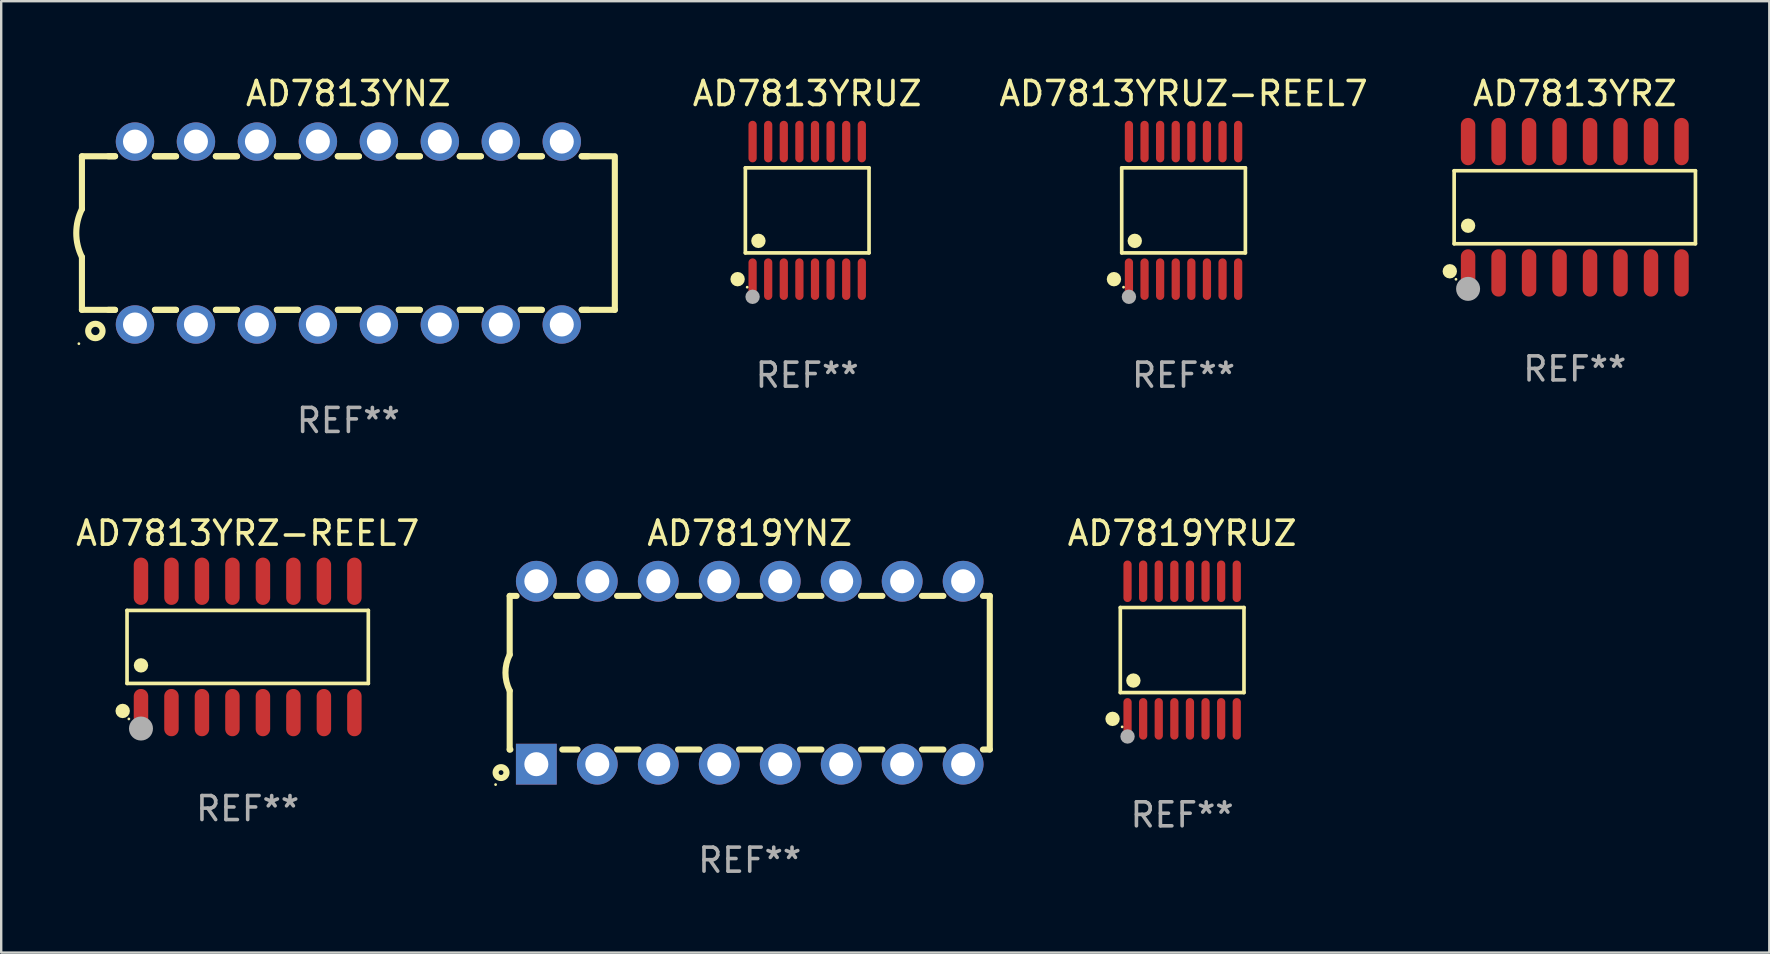
<source format=kicad_pcb>
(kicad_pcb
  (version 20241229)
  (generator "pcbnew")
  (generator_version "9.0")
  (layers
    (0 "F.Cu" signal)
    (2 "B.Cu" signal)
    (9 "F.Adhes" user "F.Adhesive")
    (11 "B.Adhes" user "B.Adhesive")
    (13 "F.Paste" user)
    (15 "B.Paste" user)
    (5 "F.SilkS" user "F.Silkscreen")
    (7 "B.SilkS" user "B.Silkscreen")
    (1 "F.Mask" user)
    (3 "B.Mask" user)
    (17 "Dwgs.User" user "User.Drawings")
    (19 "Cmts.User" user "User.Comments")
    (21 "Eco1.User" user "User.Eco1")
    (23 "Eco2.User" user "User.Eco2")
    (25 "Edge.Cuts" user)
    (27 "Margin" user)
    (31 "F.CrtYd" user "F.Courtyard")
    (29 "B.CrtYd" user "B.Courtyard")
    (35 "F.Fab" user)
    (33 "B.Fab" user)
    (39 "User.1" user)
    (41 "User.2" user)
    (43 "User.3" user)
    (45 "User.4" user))
  (footprint "AD7819YNZ"
    (layer "F.Cu")
    (at 28.183 24.975)
    (property "Reference" "AD7819YNZ" (at 0 -5.81 0) (layer "F.SilkS") (effects (font (size 1 1) (thickness 0.15))))
    (attr through_hole)
    (fp_line (start -10 -3.2) (end -10 -0.75) (stroke (width 0.254) (type solid)) (layer "F.SilkS"))
    (fp_line (start -10 -3.2) (end -9.713 -3.2) (stroke (width 0.254) (type solid)) (layer "F.SilkS"))
    (fp_line (start -10 3.2) (end -10 0.75) (stroke (width 0.254) (type solid)) (layer "F.SilkS"))
    (fp_line (start -10 3.2) (end -9.971 3.2) (stroke (width 0.254) (type solid)) (layer "F.SilkS"))
    (fp_line (start -8.067 -3.2) (end -7.173 -3.2) (stroke (width 0.254) (type solid)) (layer "F.SilkS"))
    (fp_line (start -7.809 3.2) (end -7.173 3.2) (stroke (width 0.254) (type solid)) (layer "F.SilkS"))
    (fp_line (start -5.527 3.2) (end -4.633 3.2) (stroke (width 0.254) (type solid)) (layer "F.SilkS"))
    (fp_line (start -5.527 -3.2) (end -4.633 -3.2) (stroke (width 0.254) (type solid)) (layer "F.SilkS"))
    (fp_line (start -2.987 3.2) (end -2.093 3.2) (stroke (width 0.254) (type solid)) (layer "F.SilkS"))
    (fp_line (start -2.987 -3.2) (end -2.093 -3.2) (stroke (width 0.254) (type solid)) (layer "F.SilkS"))
    (fp_line (start -0.447 3.2) (end 0.447 3.2) (stroke (width 0.254) (type solid)) (layer "F.SilkS"))
    (fp_line (start -0.447 -3.2) (end 0.447 -3.2) (stroke (width 0.254) (type solid)) (layer "F.SilkS"))
    (fp_line (start 2.093 3.2) (end 2.987 3.2) (stroke (width 0.254) (type solid)) (layer "F.SilkS"))
    (fp_line (start 2.093 -3.2) (end 2.987 -3.2) (stroke (width 0.254) (type solid)) (layer "F.SilkS"))
    (fp_line (start 4.633 3.2) (end 5.527 3.2) (stroke (width 0.254) (type solid)) (layer "F.SilkS"))
    (fp_line (start 4.633 -3.2) (end 5.527 -3.2) (stroke (width 0.254) (type solid)) (layer "F.SilkS"))
    (fp_line (start 7.173 3.2) (end 8.067 3.2) (stroke (width 0.254) (type solid)) (layer "F.SilkS"))
    (fp_line (start 7.173 -3.2) (end 8.067 -3.2) (stroke (width 0.254) (type solid)) (layer "F.SilkS"))
    (fp_line (start 9.713 3.2) (end 10 3.2) (stroke (width 0.254) (type solid)) (layer "F.SilkS"))
    (fp_line (start 9.713 -3.2) (end 10 -3.2) (stroke (width 0.254) (type solid)) (layer "F.SilkS"))
    (fp_line (start 10 -3.2) (end 10 3.2) (stroke (width 0.254) (type solid)) (layer "F.SilkS"))
    (fp_arc (start -10 0.748793) (mid -10.176918 -0.000607) (end -10.000025 -0.750013) (stroke (width 0.254001) (type solid)) (layer "F.SilkS"))
    (fp_circle (center -10.587 4.66) (end -10.557 4.66) (stroke (width 0.06) (type solid)) (fill no) (layer "F.SilkS"))
    (fp_circle (center -10.36 4.16) (end -10.26 4.16) (stroke (width 0.254) (type solid)) (fill no) (layer "F.SilkS"))
    (fp_text user "REF**" (at 0 7.81 0) (layer "F.Fab") (effects (font (size 1 1) (thickness 0.15))))
    (pad "1" thru_hole rect (at -8.89 3.81 90) (size 1.7 1.7) (drill 1) (layers "*.Cu" "*.Mask"))
    (pad "2" thru_hole circle (at -6.35 3.81) (size 1.7 1.7) (drill 1) (layers "*.Cu" "*.Mask"))
    (pad "3" thru_hole circle (at -3.81 3.81) (size 1.7 1.7) (drill 1) (layers "*.Cu" "*.Mask"))
    (pad "4" thru_hole circle (at -1.27 3.81) (size 1.7 1.7) (drill 1) (layers "*.Cu" "*.Mask"))
    (pad "5" thru_hole circle (at 1.27 3.81) (size 1.7 1.7) (drill 1) (layers "*.Cu" "*.Mask"))
    (pad "6" thru_hole circle (at 3.81 3.81) (size 1.7 1.7) (drill 1) (layers "*.Cu" "*.Mask"))
    (pad "7" thru_hole circle (at 6.35 3.81) (size 1.7 1.7) (drill 1) (layers "*.Cu" "*.Mask"))
    (pad "8" thru_hole circle (at 8.89 3.81) (size 1.7 1.7) (drill 1) (layers "*.Cu" "*.Mask"))
    (pad "9" thru_hole circle (at 8.89 -3.81) (size 1.7 1.7) (drill 1) (layers "*.Cu" "*.Mask"))
    (pad "10" thru_hole circle (at 6.35 -3.81) (size 1.7 1.7) (drill 1) (layers "*.Cu" "*.Mask"))
    (pad "11" thru_hole circle (at 3.81 -3.81) (size 1.7 1.7) (drill 1) (layers "*.Cu" "*.Mask"))
    (pad "12" thru_hole circle (at 1.27 -3.81) (size 1.7 1.7) (drill 1) (layers "*.Cu" "*.Mask"))
    (pad "13" thru_hole circle (at -1.27 -3.81) (size 1.7 1.7) (drill 1) (layers "*.Cu" "*.Mask"))
    (pad "14" thru_hole circle (at -3.81 -3.81) (size 1.7 1.7) (drill 1) (layers "*.Cu" "*.Mask"))
    (pad "15" thru_hole circle (at -6.35 -3.81) (size 1.7 1.7) (drill 1) (layers "*.Cu" "*.Mask"))
    (pad "16" thru_hole circle (at -8.89 -3.81) (size 1.7 1.7) (drill 1) (layers "*.Cu" "*.Mask")))
  (footprint "AD7813YRUZ"
    (layer "F.Cu")
    (at 30.577 5.714)
    (property "Reference" "AD7813YRUZ" (at 0 -4.866 0) (layer "F.SilkS") (effects (font (size 1 1) (thickness 0.15))))
    (attr through_hole)
    (fp_line (start -2.576 -1.772) (end 2.576 -1.772) (stroke (width 0.152) (type solid)) (layer "F.SilkS"))
    (fp_line (start -2.576 1.771) (end -2.576 -1.772) (stroke (width 0.152) (type solid)) (layer "F.SilkS"))
    (fp_line (start 2.576 -1.772) (end 2.576 1.771) (stroke (width 0.152) (type solid)) (layer "F.SilkS"))
    (fp_line (start 2.576 1.771) (end -2.576 1.771) (stroke (width 0.152) (type solid)) (layer "F.SilkS"))
    (fp_circle (center -2.899 2.866) (end -2.749 2.866) (stroke (width 0.3) (type solid)) (fill no) (layer "F.SilkS"))
    (fp_circle (center -2.5 3.2) (end -2.47 3.2) (stroke (width 0.06) (type solid)) (fill no) (layer "F.SilkS"))
    (fp_circle (center -2.032 1.27) (end -1.882 1.27) (stroke (width 0.3) (type solid)) (fill no) (layer "F.SilkS"))
    (fp_circle (center -2.275 3.6) (end -2.125 3.6) (stroke (width 0.3) (type solid)) (fill no) (layer "F.Fab"))
    (fp_text user "REF**" (at 0 6.866 0) (layer "F.Fab") (effects (font (size 1 1) (thickness 0.15))))
    (pad "1" smd oval (at -2.275 2.866) (size 0.343 1.731) (layers "F.Cu" "F.Mask" "F.Paste"))
    (pad "2" smd oval (at -1.625 2.866) (size 0.343 1.731) (layers "F.Cu" "F.Mask" "F.Paste"))
    (pad "3" smd oval (at -0.975 2.866) (size 0.343 1.731) (layers "F.Cu" "F.Mask" "F.Paste"))
    (pad "4" smd oval (at -0.325 2.866) (size 0.343 1.731) (layers "F.Cu" "F.Mask" "F.Paste"))
    (pad "5" smd oval (at 0.325 2.866) (size 0.343 1.731) (layers "F.Cu" "F.Mask" "F.Paste"))
    (pad "6" smd oval (at 0.975 2.866) (size 0.343 1.731) (layers "F.Cu" "F.Mask" "F.Paste"))
    (pad "7" smd oval (at 1.625 2.866) (size 0.343 1.731) (layers "F.Cu" "F.Mask" "F.Paste"))
    (pad "8" smd oval (at 2.275 2.866) (size 0.343 1.731) (layers "F.Cu" "F.Mask" "F.Paste"))
    (pad "9" smd oval (at 2.275 -2.866) (size 0.343 1.731) (layers "F.Cu" "F.Mask" "F.Paste"))
    (pad "10" smd oval (at 1.625 -2.866) (size 0.343 1.731) (layers "F.Cu" "F.Mask" "F.Paste"))
    (pad "11" smd oval (at 0.975 -2.866) (size 0.343 1.731) (layers "F.Cu" "F.Mask" "F.Paste"))
    (pad "12" smd oval (at 0.325 -2.866) (size 0.343 1.731) (layers "F.Cu" "F.Mask" "F.Paste"))
    (pad "13" smd oval (at -0.325 -2.866) (size 0.343 1.731) (layers "F.Cu" "F.Mask" "F.Paste"))
    (pad "14" smd oval (at -0.975 -2.866) (size 0.343 1.731) (layers "F.Cu" "F.Mask" "F.Paste"))
    (pad "15" smd oval (at -1.625 -2.866) (size 0.343 1.731) (layers "F.Cu" "F.Mask" "F.Paste"))
    (pad "16" smd oval (at -2.275 -2.866) (size 0.343 1.731) (layers "F.Cu" "F.Mask" "F.Paste")))
  (footprint "AD7819YRUZ"
    (layer "F.Cu")
    (at 46.197 24.031)
    (property "Reference" "AD7819YRUZ" (at 0 -4.866 0) (layer "F.SilkS") (effects (font (size 1 1) (thickness 0.15))))
    (attr through_hole)
    (fp_line (start -2.576 -1.772) (end 2.576 -1.772) (stroke (width 0.152) (type solid)) (layer "F.SilkS"))
    (fp_line (start -2.576 1.771) (end -2.576 -1.772) (stroke (width 0.152) (type solid)) (layer "F.SilkS"))
    (fp_line (start 2.576 -1.772) (end 2.576 1.771) (stroke (width 0.152) (type solid)) (layer "F.SilkS"))
    (fp_line (start 2.576 1.771) (end -2.576 1.771) (stroke (width 0.152) (type solid)) (layer "F.SilkS"))
    (fp_circle (center -2.899 2.866) (end -2.749 2.866) (stroke (width 0.3) (type solid)) (fill no) (layer "F.SilkS"))
    (fp_circle (center -2.5 3.2) (end -2.47 3.2) (stroke (width 0.06) (type solid)) (fill no) (layer "F.SilkS"))
    (fp_circle (center -2.032 1.27) (end -1.882 1.27) (stroke (width 0.3) (type solid)) (fill no) (layer "F.SilkS"))
    (fp_circle (center -2.275 3.6) (end -2.125 3.6) (stroke (width 0.3) (type solid)) (fill no) (layer "F.Fab"))
    (fp_text user "REF**" (at 0 6.866 0) (layer "F.Fab") (effects (font (size 1 1) (thickness 0.15))))
    (pad "1" smd oval (at -2.275 2.866) (size 0.343 1.731) (layers "F.Cu" "F.Mask" "F.Paste"))
    (pad "2" smd oval (at -1.625 2.866) (size 0.343 1.731) (layers "F.Cu" "F.Mask" "F.Paste"))
    (pad "3" smd oval (at -0.975 2.866) (size 0.343 1.731) (layers "F.Cu" "F.Mask" "F.Paste"))
    (pad "4" smd oval (at -0.325 2.866) (size 0.343 1.731) (layers "F.Cu" "F.Mask" "F.Paste"))
    (pad "5" smd oval (at 0.325 2.866) (size 0.343 1.731) (layers "F.Cu" "F.Mask" "F.Paste"))
    (pad "6" smd oval (at 0.975 2.866) (size 0.343 1.731) (layers "F.Cu" "F.Mask" "F.Paste"))
    (pad "7" smd oval (at 1.625 2.866) (size 0.343 1.731) (layers "F.Cu" "F.Mask" "F.Paste"))
    (pad "8" smd oval (at 2.275 2.866) (size 0.343 1.731) (layers "F.Cu" "F.Mask" "F.Paste"))
    (pad "9" smd oval (at 2.275 -2.866) (size 0.343 1.731) (layers "F.Cu" "F.Mask" "F.Paste"))
    (pad "10" smd oval (at 1.625 -2.866) (size 0.343 1.731) (layers "F.Cu" "F.Mask" "F.Paste"))
    (pad "11" smd oval (at 0.975 -2.866) (size 0.343 1.731) (layers "F.Cu" "F.Mask" "F.Paste"))
    (pad "12" smd oval (at 0.325 -2.866) (size 0.343 1.731) (layers "F.Cu" "F.Mask" "F.Paste"))
    (pad "13" smd oval (at -0.325 -2.866) (size 0.343 1.731) (layers "F.Cu" "F.Mask" "F.Paste"))
    (pad "14" smd oval (at -0.975 -2.866) (size 0.343 1.731) (layers "F.Cu" "F.Mask" "F.Paste"))
    (pad "15" smd oval (at -1.625 -2.866) (size 0.343 1.731) (layers "F.Cu" "F.Mask" "F.Paste"))
    (pad "16" smd oval (at -2.275 -2.866) (size 0.343 1.731) (layers "F.Cu" "F.Mask" "F.Paste")))
  (footprint "AD7813YRZ"
    (layer "F.Cu")
    (at 62.554 5.584)
    (property "Reference" "AD7813YRZ" (at 0 -4.736 0) (layer "F.SilkS") (effects (font (size 1 1) (thickness 0.15))))
    (attr through_hole)
    (fp_line (start -5.026 -1.521) (end 5.026 -1.521) (stroke (width 0.152) (type solid)) (layer "F.SilkS"))
    (fp_line (start -5.026 1.521) (end -5.026 -1.521) (stroke (width 0.152) (type solid)) (layer "F.SilkS"))
    (fp_line (start 5.026 -1.521) (end 5.026 1.521) (stroke (width 0.152) (type solid)) (layer "F.SilkS"))
    (fp_line (start 5.026 1.521) (end -5.026 1.521) (stroke (width 0.152) (type solid)) (layer "F.SilkS"))
    (fp_circle (center -5.207 2.667) (end -5.057 2.667) (stroke (width 0.3) (type solid)) (fill no) (layer "F.SilkS"))
    (fp_circle (center -4.95 3) (end -4.92 3) (stroke (width 0.06) (type solid)) (fill no) (layer "F.SilkS"))
    (fp_circle (center -4.445 0.769) (end -4.295 0.769) (stroke (width 0.3) (type solid)) (fill no) (layer "F.SilkS"))
    (fp_circle (center -4.445 3.4) (end -4.195 3.4) (stroke (width 0.5) (type solid)) (fill no) (layer "F.Fab"))
    (fp_text user "REF**" (at 0 6.736 0) (layer "F.Fab") (effects (font (size 1 1) (thickness 0.15))))
    (pad "1" smd oval (at -4.445 2.736) (size 0.602 1.971) (layers "F.Cu" "F.Mask" "F.Paste"))
    (pad "2" smd oval (at -3.175 2.736) (size 0.602 1.971) (layers "F.Cu" "F.Mask" "F.Paste"))
    (pad "3" smd oval (at -1.905 2.736) (size 0.602 1.971) (layers "F.Cu" "F.Mask" "F.Paste"))
    (pad "4" smd oval (at -0.635 2.736) (size 0.602 1.971) (layers "F.Cu" "F.Mask" "F.Paste"))
    (pad "5" smd oval (at 0.635 2.736) (size 0.602 1.971) (layers "F.Cu" "F.Mask" "F.Paste"))
    (pad "6" smd oval (at 1.905 2.736) (size 0.602 1.971) (layers "F.Cu" "F.Mask" "F.Paste"))
    (pad "7" smd oval (at 3.175 2.736) (size 0.602 1.971) (layers "F.Cu" "F.Mask" "F.Paste"))
    (pad "8" smd oval (at 4.445 2.736) (size 0.602 1.971) (layers "F.Cu" "F.Mask" "F.Paste"))
    (pad "9" smd oval (at 4.445 -2.736) (size 0.602 1.971) (layers "F.Cu" "F.Mask" "F.Paste"))
    (pad "10" smd oval (at 3.175 -2.736) (size 0.602 1.971) (layers "F.Cu" "F.Mask" "F.Paste"))
    (pad "11" smd oval (at 1.905 -2.736) (size 0.602 1.971) (layers "F.Cu" "F.Mask" "F.Paste"))
    (pad "12" smd oval (at 0.635 -2.736) (size 0.602 1.971) (layers "F.Cu" "F.Mask" "F.Paste"))
    (pad "13" smd oval (at -0.635 -2.736) (size 0.602 1.971) (layers "F.Cu" "F.Mask" "F.Paste"))
    (pad "14" smd oval (at -1.905 -2.736) (size 0.602 1.971) (layers "F.Cu" "F.Mask" "F.Paste"))
    (pad "15" smd oval (at -3.175 -2.736) (size 0.602 1.971) (layers "F.Cu" "F.Mask" "F.Paste"))
    (pad "16" smd oval (at -4.445 -2.736) (size 0.602 1.971) (layers "F.Cu" "F.Mask" "F.Paste")))
  (footprint "AD7813YNZ"
    (layer "F.Cu")
    (at 11.463 6.658)
    (property "Reference" "AD7813YNZ" (at 0 -5.81 0) (layer "F.SilkS") (effects (font (size 1 1) (thickness 0.15))))
    (attr through_hole)
    (fp_line (start -11.1 -3.198) (end -9.719 -3.198) (stroke (width 0.254) (type solid)) (layer "F.SilkS"))
    (fp_line (start -11.1 -0.998) (end -11.1 -3.198) (stroke (width 0.254) (type solid)) (layer "F.SilkS"))
    (fp_line (start -11.1 3.2) (end -11.1 1) (stroke (width 0.254) (type solid)) (layer "F.SilkS"))
    (fp_line (start -11.1 3.2) (end -9.721 3.2) (stroke (width 0.254) (type solid)) (layer "F.SilkS"))
    (fp_line (start -10 -3.198) (end -9.719 -3.198) (stroke (width 0.254) (type solid)) (layer "F.SilkS"))
    (fp_line (start -10 3.2) (end -9.721 3.2) (stroke (width 0.254) (type solid)) (layer "F.SilkS"))
    (fp_line (start -8.061 -3.198) (end -7.179 -3.198) (stroke (width 0.254) (type solid)) (layer "F.SilkS"))
    (fp_line (start -8.061 -3.198) (end -7.179 -3.198) (stroke (width 0.254) (type solid)) (layer "F.SilkS"))
    (fp_line (start -8.059 3.2) (end -7.181 3.2) (stroke (width 0.254) (type solid)) (layer "F.SilkS"))
    (fp_line (start -8.059 3.2) (end -7.181 3.2) (stroke (width 0.254) (type solid)) (layer "F.SilkS"))
    (fp_line (start -5.521 -3.198) (end -4.639 -3.198) (stroke (width 0.254) (type solid)) (layer "F.SilkS"))
    (fp_line (start -5.521 -3.198) (end -4.639 -3.198) (stroke (width 0.254) (type solid)) (layer "F.SilkS"))
    (fp_line (start -5.519 3.2) (end -4.641 3.2) (stroke (width 0.254) (type solid)) (layer "F.SilkS"))
    (fp_line (start -5.519 3.2) (end -4.641 3.2) (stroke (width 0.254) (type solid)) (layer "F.SilkS"))
    (fp_line (start -2.981 -3.198) (end -2.099 -3.198) (stroke (width 0.254) (type solid)) (layer "F.SilkS"))
    (fp_line (start -2.981 -3.198) (end -2.099 -3.198) (stroke (width 0.254) (type solid)) (layer "F.SilkS"))
    (fp_line (start -2.979 3.2) (end -2.101 3.2) (stroke (width 0.254) (type solid)) (layer "F.SilkS"))
    (fp_line (start -2.979 3.2) (end -2.101 3.2) (stroke (width 0.254) (type solid)) (layer "F.SilkS"))
    (fp_line (start -0.441 -3.198) (end 0.441 -3.198) (stroke (width 0.254) (type solid)) (layer "F.SilkS"))
    (fp_line (start -0.441 -3.198) (end 0.441 -3.198) (stroke (width 0.254) (type solid)) (layer "F.SilkS"))
    (fp_line (start -0.439 3.2) (end 0.439 3.2) (stroke (width 0.254) (type solid)) (layer "F.SilkS"))
    (fp_line (start -0.439 3.2) (end 0.439 3.2) (stroke (width 0.254) (type solid)) (layer "F.SilkS"))
    (fp_line (start 2.099 -3.198) (end 2.981 -3.198) (stroke (width 0.254) (type solid)) (layer "F.SilkS"))
    (fp_line (start 2.099 -3.198) (end 2.981 -3.198) (stroke (width 0.254) (type solid)) (layer "F.SilkS"))
    (fp_line (start 2.101 3.2) (end 2.979 3.2) (stroke (width 0.254) (type solid)) (layer "F.SilkS"))
    (fp_line (start 2.101 3.2) (end 2.979 3.2) (stroke (width 0.254) (type solid)) (layer "F.SilkS"))
    (fp_line (start 4.639 -3.198) (end 5.521 -3.198) (stroke (width 0.254) (type solid)) (layer "F.SilkS"))
    (fp_line (start 4.639 -3.198) (end 5.521 -3.198) (stroke (width 0.254) (type solid)) (layer "F.SilkS"))
    (fp_line (start 4.641 3.2) (end 5.519 3.2) (stroke (width 0.254) (type solid)) (layer "F.SilkS"))
    (fp_line (start 4.641 3.2) (end 5.519 3.2) (stroke (width 0.254) (type solid)) (layer "F.SilkS"))
    (fp_line (start 7.179 -3.198) (end 8.061 -3.198) (stroke (width 0.254) (type solid)) (layer "F.SilkS"))
    (fp_line (start 7.179 -3.198) (end 8.061 -3.198) (stroke (width 0.254) (type solid)) (layer "F.SilkS"))
    (fp_line (start 7.181 3.2) (end 8.059 3.2) (stroke (width 0.254) (type solid)) (layer "F.SilkS"))
    (fp_line (start 7.181 3.2) (end 8.059 3.2) (stroke (width 0.254) (type solid)) (layer "F.SilkS"))
    (fp_line (start 9.719 -3.198) (end 10 -3.198) (stroke (width 0.254) (type solid)) (layer "F.SilkS"))
    (fp_line (start 9.719 -3.198) (end 11 -3.198) (stroke (width 0.254) (type solid)) (layer "F.SilkS"))
    (fp_line (start 9.721 3.2) (end 11.1 3.2) (stroke (width 0.254) (type solid)) (layer "F.SilkS"))
    (fp_line (start 9.721 3.2) (end 10 3.2) (stroke (width 0.254) (type solid)) (layer "F.SilkS"))
    (fp_line (start 11.1 3.2) (end 11.1 -3.2) (stroke (width 0.254) (type solid)) (layer "F.SilkS"))
    (fp_arc (start -11.099823 1.000762) (mid -11.335827 0.001303) (end -11.1 -0.998197) (stroke (width 0.254001) (type solid)) (layer "F.SilkS"))
    (fp_circle (center -11.227 4.61) (end -11.197 4.61) (stroke (width 0.06) (type solid)) (fill no) (layer "F.SilkS"))
    (fp_circle (center -10.54 4.08) (end -10.24 4.08) (stroke (width 0.254) (type solid)) (fill no) (layer "F.SilkS"))
    (fp_text user "REF**" (at 0 7.81 0) (layer "F.Fab") (effects (font (size 1 1) (thickness 0.15))))
    (pad "1" thru_hole circle (at -8.89 3.81) (size 1.6 1.6) (drill 1) (layers "*.Cu" "*.Mask"))
    (pad "2" thru_hole circle (at -6.35 3.81) (size 1.6 1.6) (drill 1) (layers "*.Cu" "*.Mask"))
    (pad "3" thru_hole circle (at -3.81 3.81) (size 1.6 1.6) (drill 1) (layers "*.Cu" "*.Mask"))
    (pad "4" thru_hole circle (at -1.27 3.81) (size 1.6 1.6) (drill 1) (layers "*.Cu" "*.Mask"))
    (pad "5" thru_hole circle (at 1.27 3.81) (size 1.6 1.6) (drill 1) (layers "*.Cu" "*.Mask"))
    (pad "6" thru_hole circle (at 3.81 3.81) (size 1.6 1.6) (drill 1) (layers "*.Cu" "*.Mask"))
    (pad "7" thru_hole circle (at 6.35 3.81) (size 1.6 1.6) (drill 1) (layers "*.Cu" "*.Mask"))
    (pad "8" thru_hole circle (at 8.89 3.81) (size 1.6 1.6) (drill 1) (layers "*.Cu" "*.Mask"))
    (pad "9" thru_hole circle (at 8.89 -3.81) (size 1.6 1.6) (drill 1) (layers "*.Cu" "*.Mask"))
    (pad "10" thru_hole circle (at 6.35 -3.81) (size 1.6 1.6) (drill 1) (layers "*.Cu" "*.Mask"))
    (pad "11" thru_hole circle (at 3.81 -3.81) (size 1.6 1.6) (drill 1) (layers "*.Cu" "*.Mask"))
    (pad "12" thru_hole circle (at 1.27 -3.81) (size 1.6 1.6) (drill 1) (layers "*.Cu" "*.Mask"))
    (pad "13" thru_hole circle (at -1.27 -3.81) (size 1.6 1.6) (drill 1) (layers "*.Cu" "*.Mask"))
    (pad "14" thru_hole circle (at -3.81 -3.81) (size 1.6 1.6) (drill 1) (layers "*.Cu" "*.Mask"))
    (pad "15" thru_hole circle (at -6.35 -3.81) (size 1.6 1.6) (drill 1) (layers "*.Cu" "*.Mask"))
    (pad "16" thru_hole circle (at -8.89 -3.81) (size 1.6 1.6) (drill 1) (layers "*.Cu" "*.Mask")))
  (footprint "AD7813YRZ-REEL7"
    (layer "F.Cu")
    (at 7.268 23.9)
    (property "Reference" "AD7813YRZ-REEL7" (at 0 -4.736 0) (layer "F.SilkS") (effects (font (size 1 1) (thickness 0.15))))
    (attr through_hole)
    (fp_line (start -5.026 -1.521) (end 5.026 -1.521) (stroke (width 0.152) (type solid)) (layer "F.SilkS"))
    (fp_line (start -5.026 1.521) (end -5.026 -1.521) (stroke (width 0.152) (type solid)) (layer "F.SilkS"))
    (fp_line (start 5.026 -1.521) (end 5.026 1.521) (stroke (width 0.152) (type solid)) (layer "F.SilkS"))
    (fp_line (start 5.026 1.521) (end -5.026 1.521) (stroke (width 0.152) (type solid)) (layer "F.SilkS"))
    (fp_circle (center -5.207 2.667) (end -5.057 2.667) (stroke (width 0.3) (type solid)) (fill no) (layer "F.SilkS"))
    (fp_circle (center -4.95 3) (end -4.92 3) (stroke (width 0.06) (type solid)) (fill no) (layer "F.SilkS"))
    (fp_circle (center -4.445 0.769) (end -4.295 0.769) (stroke (width 0.3) (type solid)) (fill no) (layer "F.SilkS"))
    (fp_circle (center -4.445 3.4) (end -4.195 3.4) (stroke (width 0.5) (type solid)) (fill no) (layer "F.Fab"))
    (fp_text user "REF**" (at 0 6.736 0) (layer "F.Fab") (effects (font (size 1 1) (thickness 0.15))))
    (pad "1" smd oval (at -4.445 2.736) (size 0.602 1.971) (layers "F.Cu" "F.Mask" "F.Paste"))
    (pad "2" smd oval (at -3.175 2.736) (size 0.602 1.971) (layers "F.Cu" "F.Mask" "F.Paste"))
    (pad "3" smd oval (at -1.905 2.736) (size 0.602 1.971) (layers "F.Cu" "F.Mask" "F.Paste"))
    (pad "4" smd oval (at -0.635 2.736) (size 0.602 1.971) (layers "F.Cu" "F.Mask" "F.Paste"))
    (pad "5" smd oval (at 0.635 2.736) (size 0.602 1.971) (layers "F.Cu" "F.Mask" "F.Paste"))
    (pad "6" smd oval (at 1.905 2.736) (size 0.602 1.971) (layers "F.Cu" "F.Mask" "F.Paste"))
    (pad "7" smd oval (at 3.175 2.736) (size 0.602 1.971) (layers "F.Cu" "F.Mask" "F.Paste"))
    (pad "8" smd oval (at 4.445 2.736) (size 0.602 1.971) (layers "F.Cu" "F.Mask" "F.Paste"))
    (pad "9" smd oval (at 4.445 -2.736) (size 0.602 1.971) (layers "F.Cu" "F.Mask" "F.Paste"))
    (pad "10" smd oval (at 3.175 -2.736) (size 0.602 1.971) (layers "F.Cu" "F.Mask" "F.Paste"))
    (pad "11" smd oval (at 1.905 -2.736) (size 0.602 1.971) (layers "F.Cu" "F.Mask" "F.Paste"))
    (pad "12" smd oval (at 0.635 -2.736) (size 0.602 1.971) (layers "F.Cu" "F.Mask" "F.Paste"))
    (pad "13" smd oval (at -0.635 -2.736) (size 0.602 1.971) (layers "F.Cu" "F.Mask" "F.Paste"))
    (pad "14" smd oval (at -1.905 -2.736) (size 0.602 1.971) (layers "F.Cu" "F.Mask" "F.Paste"))
    (pad "15" smd oval (at -3.175 -2.736) (size 0.602 1.971) (layers "F.Cu" "F.Mask" "F.Paste"))
    (pad "16" smd oval (at -4.445 -2.736) (size 0.602 1.971) (layers "F.Cu" "F.Mask" "F.Paste")))
  (footprint "AD7813YRUZ-REEL7"
    (layer "F.Cu")
    (at 46.255 5.714)
    (property "Reference" "AD7813YRUZ-REEL7" (at 0 -4.866 0) (layer "F.SilkS") (effects (font (size 1 1) (thickness 0.15))))
    (attr through_hole)
    (fp_line (start -2.576 -1.772) (end 2.576 -1.772) (stroke (width 0.152) (type solid)) (layer "F.SilkS"))
    (fp_line (start -2.576 1.771) (end -2.576 -1.772) (stroke (width 0.152) (type solid)) (layer "F.SilkS"))
    (fp_line (start 2.576 -1.772) (end 2.576 1.771) (stroke (width 0.152) (type solid)) (layer "F.SilkS"))
    (fp_line (start 2.576 1.771) (end -2.576 1.771) (stroke (width 0.152) (type solid)) (layer "F.SilkS"))
    (fp_circle (center -2.899 2.866) (end -2.749 2.866) (stroke (width 0.3) (type solid)) (fill no) (layer "F.SilkS"))
    (fp_circle (center -2.5 3.2) (end -2.47 3.2) (stroke (width 0.06) (type solid)) (fill no) (layer "F.SilkS"))
    (fp_circle (center -2.032 1.27) (end -1.882 1.27) (stroke (width 0.3) (type solid)) (fill no) (layer "F.SilkS"))
    (fp_circle (center -2.275 3.6) (end -2.125 3.6) (stroke (width 0.3) (type solid)) (fill no) (layer "F.Fab"))
    (fp_text user "REF**" (at 0 6.866 0) (layer "F.Fab") (effects (font (size 1 1) (thickness 0.15))))
    (pad "1" smd oval (at -2.275 2.866) (size 0.343 1.731) (layers "F.Cu" "F.Mask" "F.Paste"))
    (pad "2" smd oval (at -1.625 2.866) (size 0.343 1.731) (layers "F.Cu" "F.Mask" "F.Paste"))
    (pad "3" smd oval (at -0.975 2.866) (size 0.343 1.731) (layers "F.Cu" "F.Mask" "F.Paste"))
    (pad "4" smd oval (at -0.325 2.866) (size 0.343 1.731) (layers "F.Cu" "F.Mask" "F.Paste"))
    (pad "5" smd oval (at 0.325 2.866) (size 0.343 1.731) (layers "F.Cu" "F.Mask" "F.Paste"))
    (pad "6" smd oval (at 0.975 2.866) (size 0.343 1.731) (layers "F.Cu" "F.Mask" "F.Paste"))
    (pad "7" smd oval (at 1.625 2.866) (size 0.343 1.731) (layers "F.Cu" "F.Mask" "F.Paste"))
    (pad "8" smd oval (at 2.275 2.866) (size 0.343 1.731) (layers "F.Cu" "F.Mask" "F.Paste"))
    (pad "9" smd oval (at 2.275 -2.866) (size 0.343 1.731) (layers "F.Cu" "F.Mask" "F.Paste"))
    (pad "10" smd oval (at 1.625 -2.866) (size 0.343 1.731) (layers "F.Cu" "F.Mask" "F.Paste"))
    (pad "11" smd oval (at 0.975 -2.866) (size 0.343 1.731) (layers "F.Cu" "F.Mask" "F.Paste"))
    (pad "12" smd oval (at 0.325 -2.866) (size 0.343 1.731) (layers "F.Cu" "F.Mask" "F.Paste"))
    (pad "13" smd oval (at -0.325 -2.866) (size 0.343 1.731) (layers "F.Cu" "F.Mask" "F.Paste"))
    (pad "14" smd oval (at -0.975 -2.866) (size 0.343 1.731) (layers "F.Cu" "F.Mask" "F.Paste"))
    (pad "15" smd oval (at -1.625 -2.866) (size 0.343 1.731) (layers "F.Cu" "F.Mask" "F.Paste"))
    (pad "16" smd oval (at -2.275 -2.866) (size 0.343 1.731) (layers "F.Cu" "F.Mask" "F.Paste")))
  (gr_rect
    (start -3 -3)
    (end 70.657 36.633)
    (stroke (width 0.1) (type default))
    (fill no)
    (layer "Edge.Cuts")))
</source>
